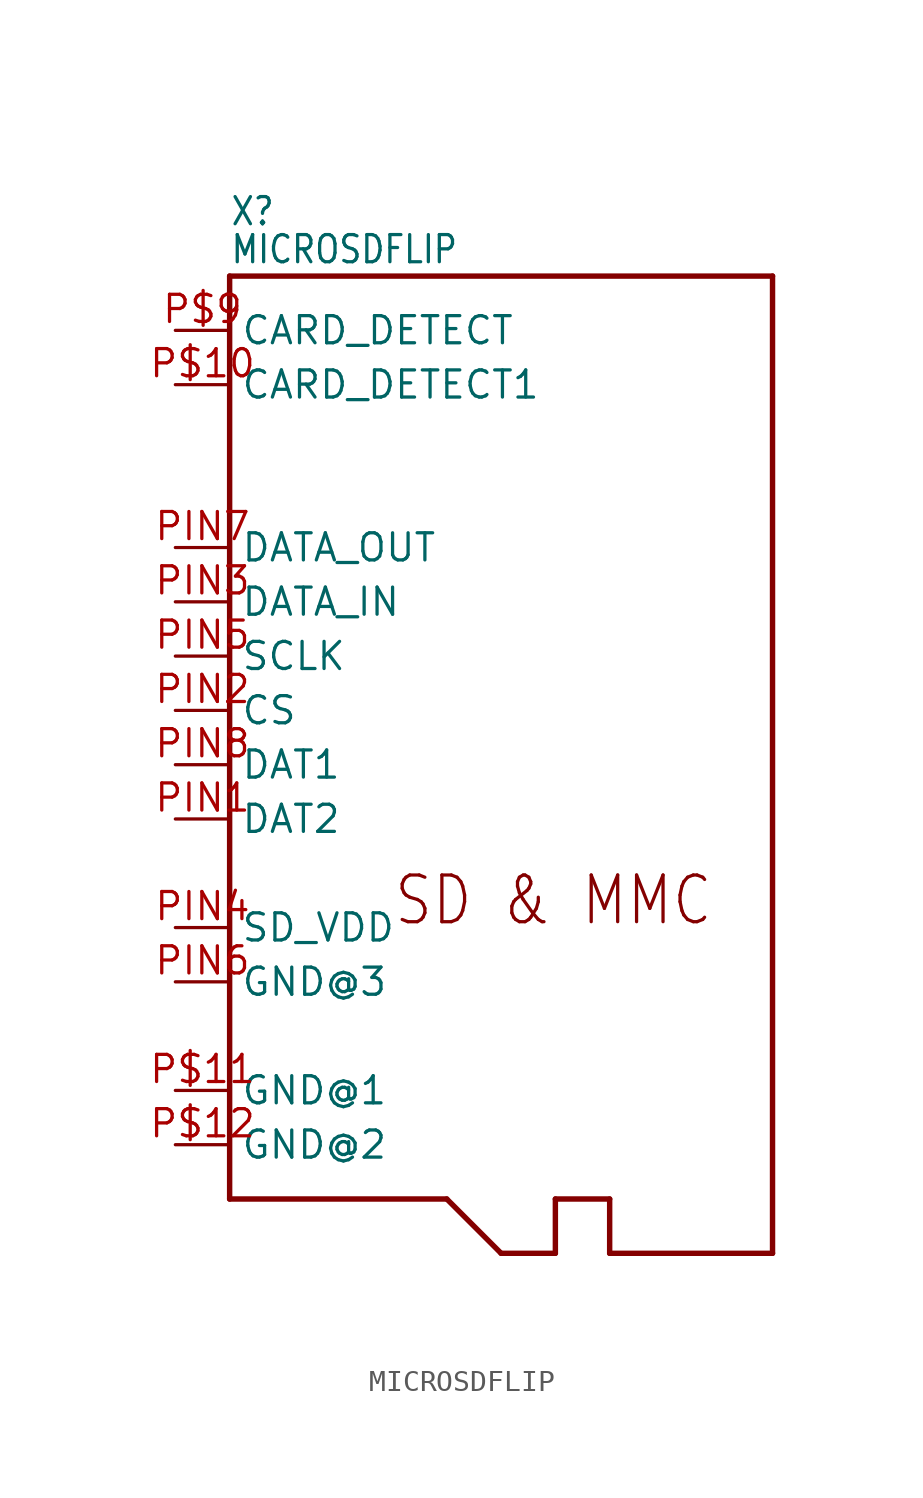
<source format=kicad_sym>
(kicad_symbol_lib
  (version 20211014)
  (generator kicad_symbol_editor)
  (symbol "MICROSDFLIP"
    (property "Reference" "X"
      (at -12.7 22.606 0)
      (effects (font (size 1.27 1.079)) (justify left bottom)))
    (property "Value" "MICROSDFLIP"
      (at -12.7 20.828 0)
      (effects (font (size 1.27 1.079)) (justify left bottom)))
    (property "ki_locked" ""
      (at 0 0 0)
      (effects (font (size 1.27 1.27))))
    (symbol "MICROSDFLIP_1_0"
      (polyline (pts (xy -12.7 -22.86) (xy -2.54 -22.86)) (stroke (width 0.254) (type default) (color 0 0 0 0)) (fill (type none)))
      (polyline (pts (xy -12.7 20.32) (xy -12.7 -22.86)) (stroke (width 0.254) (type default) (color 0 0 0 0)) (fill (type none)))
      (polyline (pts (xy -2.54 -22.86) (xy 0 -25.4)) (stroke (width 0.254) (type default) (color 0 0 0 0)) (fill (type none)))
      (polyline (pts (xy 0 -25.4) (xy 2.54 -25.4)) (stroke (width 0.254) (type default) (color 0 0 0 0)) (fill (type none)))
      (polyline (pts (xy 2.54 -25.4) (xy 2.54 -22.86)) (stroke (width 0.254) (type default) (color 0 0 0 0)) (fill (type none)))
      (polyline (pts (xy 2.54 -22.86) (xy 5.08 -22.86)) (stroke (width 0.254) (type default) (color 0 0 0 0)) (fill (type none)))
      (polyline (pts (xy 5.08 -25.4) (xy 12.7 -25.4)) (stroke (width 0.254) (type default) (color 0 0 0 0)) (fill (type none)))
      (polyline (pts (xy 5.08 -22.86) (xy 5.08 -25.4)) (stroke (width 0.254) (type default) (color 0 0 0 0)) (fill (type none)))
      (polyline (pts (xy 12.7 -25.4) (xy 12.7 20.32)) (stroke (width 0.254) (type default) (color 0 0 0 0)) (fill (type none)))
      (polyline (pts (xy 12.7 20.32) (xy -12.7 20.32)) (stroke (width 0.254) (type default) (color 0 0 0 0)) (fill (type none)))
      (text "SD & MMC" (at -5.08 -10.16 0) (effects (font (size 2.184 1.857)) (justify left bottom)))
      (pin passive line (at -15.24 15.24 0) (length 2.54) (name "CARD_DETECT1" (effects (font (size 1.27 1.27)))) (number "P$10" (effects (font (size 1.27 1.27)))))
      (pin power_in line (at -15.24 -17.78 0) (length 2.54) (name "GND@1" (effects (font (size 1.27 1.27)))) (number "P$11" (effects (font (size 1.27 1.27)))))
      (pin power_in line (at -15.24 -20.32 0) (length 2.54) (name "GND@2" (effects (font (size 1.27 1.27)))) (number "P$12" (effects (font (size 1.27 1.27)))))
      (pin passive line (at -15.24 17.78 0) (length 2.54) (name "CARD_DETECT" (effects (font (size 1.27 1.27)))) (number "P$9" (effects (font (size 1.27 1.27)))))
      (pin bidirectional line (at -15.24 -5.08 0) (length 2.54) (name "DAT2" (effects (font (size 1.27 1.27)))) (number "PIN1" (effects (font (size 1.27 1.27)))))
      (pin input line (at -15.24 0 0) (length 2.54) (name "CS" (effects (font (size 1.27 1.27)))) (number "PIN2" (effects (font (size 1.27 1.27)))))
      (pin input line (at -15.24 5.08 0) (length 2.54) (name "DATA_IN" (effects (font (size 1.27 1.27)))) (number "PIN3" (effects (font (size 1.27 1.27)))))
      (pin power_in line (at -15.24 -10.16 0) (length 2.54) (name "SD_VDD" (effects (font (size 1.27 1.27)))) (number "PIN4" (effects (font (size 1.27 1.27)))))
      (pin input line (at -15.24 2.54 0) (length 2.54) (name "SCLK" (effects (font (size 1.27 1.27)))) (number "PIN5" (effects (font (size 1.27 1.27)))))
      (pin power_in line (at -15.24 -12.7 0) (length 2.54) (name "GND@3" (effects (font (size 1.27 1.27)))) (number "PIN6" (effects (font (size 1.27 1.27)))))
      (pin output line (at -15.24 7.62 0) (length 2.54) (name "DATA_OUT" (effects (font (size 1.27 1.27)))) (number "PIN7" (effects (font (size 1.27 1.27)))))
      (pin bidirectional line (at -15.24 -2.54 0) (length 2.54) (name "DAT1" (effects (font (size 1.27 1.27)))) (number "PIN8" (effects (font (size 1.27 1.27))))))))
</source>
